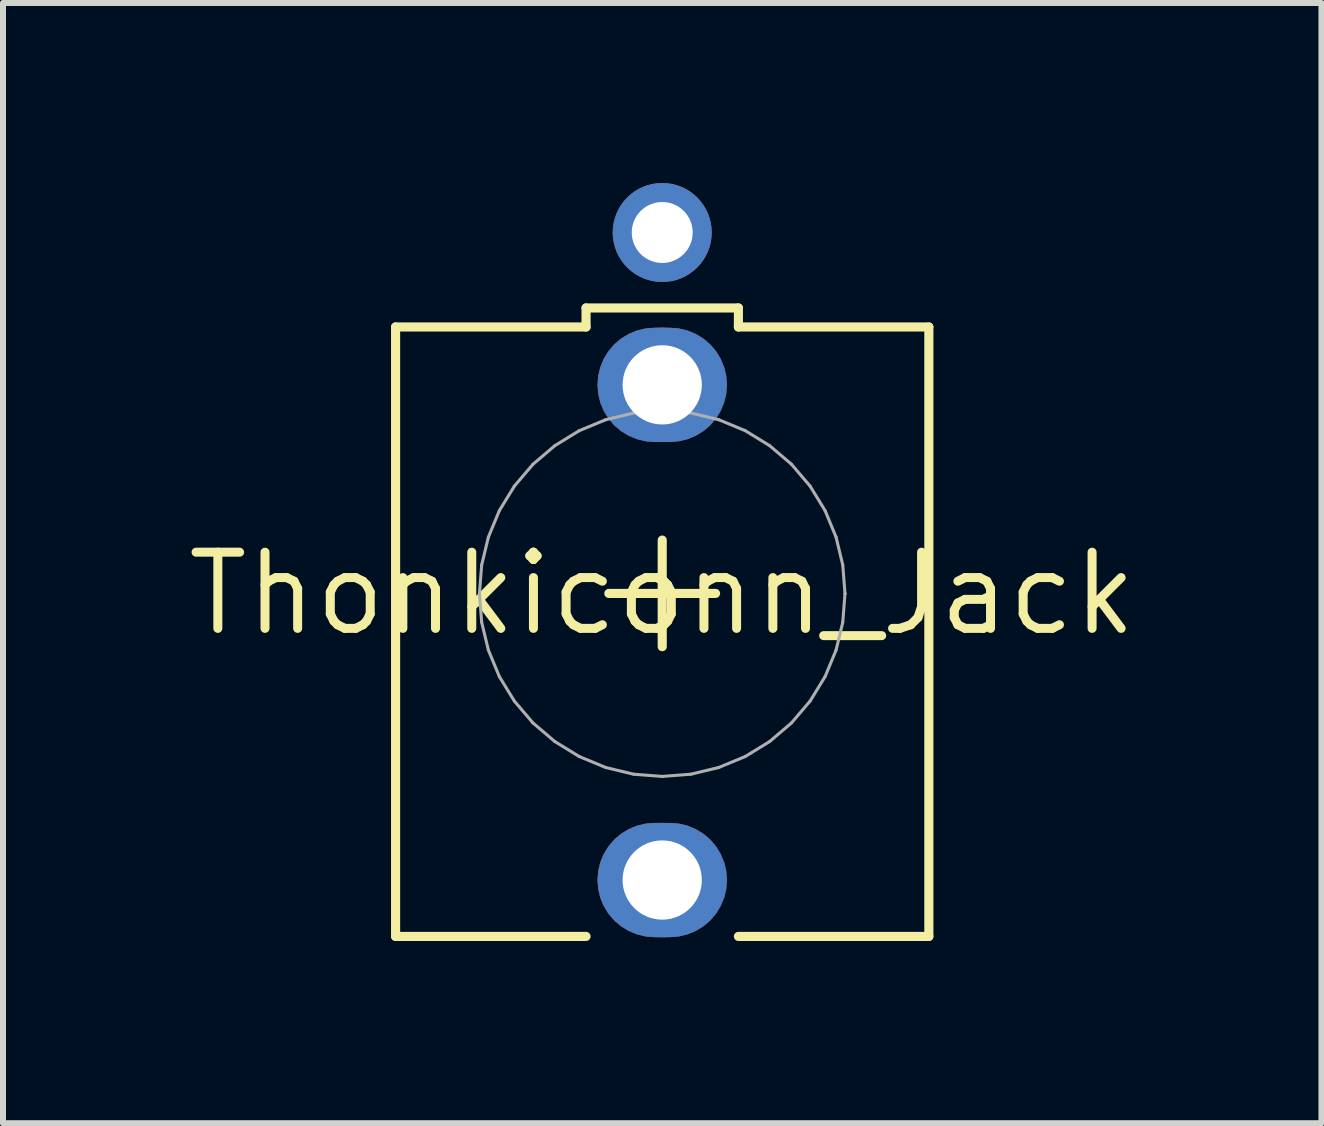
<source format=kicad_pcb>
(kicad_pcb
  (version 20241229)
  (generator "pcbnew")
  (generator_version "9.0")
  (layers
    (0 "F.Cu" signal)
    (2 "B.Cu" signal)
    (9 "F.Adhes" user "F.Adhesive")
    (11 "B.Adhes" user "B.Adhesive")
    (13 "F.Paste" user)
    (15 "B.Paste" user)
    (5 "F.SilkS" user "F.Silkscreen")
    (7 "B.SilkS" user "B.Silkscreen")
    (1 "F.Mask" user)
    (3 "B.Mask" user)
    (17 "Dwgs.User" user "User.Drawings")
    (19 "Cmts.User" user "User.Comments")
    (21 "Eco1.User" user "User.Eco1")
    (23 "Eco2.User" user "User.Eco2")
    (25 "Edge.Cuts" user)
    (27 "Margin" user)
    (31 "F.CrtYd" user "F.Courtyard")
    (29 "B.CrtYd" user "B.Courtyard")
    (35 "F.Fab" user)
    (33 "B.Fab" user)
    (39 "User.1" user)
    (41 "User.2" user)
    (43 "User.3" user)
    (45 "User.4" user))
  (footprint "Thonkiconn_Jack"
    (layer "F.Cu")
    (at 7.99 6.846)
    (property "Reference" "Thonkiconn_Jack" (at 0 0 0) (layer "F.SilkS") (effects (font (size 1.27 1.27) (thickness 0.15))))
    (fp_poly (pts (xy 0.276 -4.421) (xy 0.421 -4.386) (xy 0.559 -4.329) (xy 0.687 -4.251) (xy 0.801 -4.154) (xy 0.898 -4.04) (xy 0.976 -3.912) (xy 1.033 -3.774) (xy 1.068 -3.629) (xy 1.079 -3.48) (xy 1.068 -3.331) (xy 1.033 -3.186) (xy 0.976 -3.048) (xy 0.898 -2.92) (xy 0.801 -2.806) (xy 0.687 -2.709) (xy 0.559 -2.631) (xy 0.421 -2.574) (xy 0.276 -2.539) (xy 0.127 -2.527) (xy -0.127 -2.527) (xy -0.276 -2.539) (xy -0.421 -2.574) (xy -0.559 -2.631) (xy -0.687 -2.709) (xy -0.801 -2.806) (xy -0.898 -2.92) (xy -0.976 -3.048) (xy -1.033 -3.186) (xy -1.068 -3.331) (xy -1.079 -3.48) (xy -1.068 -3.629) (xy -1.033 -3.774) (xy -0.976 -3.912) (xy -0.898 -4.04) (xy -0.801 -4.154) (xy -0.687 -4.251) (xy -0.559 -4.329) (xy -0.421 -4.386) (xy -0.276 -4.421) (xy -0.127 -4.432) (xy 0.127 -4.432)) (stroke (width 0) (type default)) (fill yes) (layer "F.Cu"))
    (fp_poly (pts (xy 0.276 3.834) (xy 0.421 3.869) (xy 0.559 3.926) (xy 0.687 4.004) (xy 0.801 4.101) (xy 0.898 4.215) (xy 0.976 4.343) (xy 1.033 4.481) (xy 1.068 4.626) (xy 1.079 4.775) (xy 1.068 4.924) (xy 1.033 5.069) (xy 0.976 5.207) (xy 0.898 5.335) (xy 0.801 5.449) (xy 0.687 5.546) (xy 0.559 5.624) (xy 0.421 5.681) (xy 0.276 5.716) (xy 0.127 5.728) (xy -0.127 5.728) (xy -0.276 5.716) (xy -0.421 5.681) (xy -0.559 5.624) (xy -0.687 5.546) (xy -0.801 5.449) (xy -0.898 5.335) (xy -0.976 5.207) (xy -1.033 5.069) (xy -1.068 4.924) (xy -1.079 4.775) (xy -1.068 4.626) (xy -1.033 4.481) (xy -0.976 4.343) (xy -0.898 4.215) (xy -0.801 4.101) (xy -0.687 4.004) (xy -0.559 3.926) (xy -0.421 3.869) (xy -0.276 3.834) (xy -0.127 3.823) (xy 0.127 3.823)) (stroke (width 0) (type default)) (fill yes) (layer "F.Cu"))
    (fp_poly (pts (xy 0.292 -4.522) (xy 0.453 -4.483) (xy 0.606 -4.42) (xy 0.748 -4.334) (xy 0.873 -4.226) (xy 0.981 -4.1) (xy 1.067 -3.958) (xy 1.131 -3.806) (xy 1.169 -3.645) (xy 1.182 -3.48) (xy 1.169 -3.315) (xy 1.131 -3.154) (xy 1.067 -3.001) (xy 0.981 -2.859) (xy 0.873 -2.733) (xy 0.748 -2.626) (xy 0.606 -2.54) (xy 0.453 -2.476) (xy 0.292 -2.438) (xy 0.127 -2.425) (xy -0.127 -2.425) (xy -0.292 -2.438) (xy -0.453 -2.476) (xy -0.606 -2.54) (xy -0.748 -2.626) (xy -0.873 -2.733) (xy -0.981 -2.859) (xy -1.067 -3.001) (xy -1.131 -3.154) (xy -1.169 -3.315) (xy -1.182 -3.48) (xy -1.169 -3.645) (xy -1.131 -3.806) (xy -1.067 -3.958) (xy -0.981 -4.1) (xy -0.873 -4.226) (xy -0.748 -4.334) (xy -0.606 -4.42) (xy -0.453 -4.483) (xy -0.292 -4.522) (xy -0.127 -4.535) (xy 0.127 -4.535)) (stroke (width 0) (type default)) (fill yes) (layer "F.Mask"))
    (fp_poly (pts (xy 0.292 3.733) (xy 0.453 3.772) (xy 0.606 3.835) (xy 0.748 3.921) (xy 0.873 4.029) (xy 0.981 4.155) (xy 1.067 4.297) (xy 1.131 4.449) (xy 1.169 4.61) (xy 1.182 4.775) (xy 1.169 4.94) (xy 1.131 5.101) (xy 1.067 5.254) (xy 0.981 5.396) (xy 0.873 5.522) (xy 0.748 5.629) (xy 0.606 5.715) (xy 0.453 5.779) (xy 0.292 5.817) (xy 0.127 5.83) (xy -0.127 5.83) (xy -0.292 5.817) (xy -0.453 5.779) (xy -0.606 5.715) (xy -0.748 5.629) (xy -0.873 5.522) (xy -0.981 5.396) (xy -1.067 5.254) (xy -1.131 5.101) (xy -1.169 4.94) (xy -1.182 4.775) (xy -1.169 4.61) (xy -1.131 4.449) (xy -1.067 4.297) (xy -0.981 4.155) (xy -0.873 4.029) (xy -0.748 3.921) (xy -0.606 3.835) (xy -0.453 3.772) (xy -0.292 3.733) (xy -0.127 3.72) (xy 0.127 3.72)) (stroke (width 0) (type default)) (fill yes) (layer "F.Mask"))
    (fp_poly (pts (xy 0.276 -4.421) (xy 0.421 -4.386) (xy 0.559 -4.329) (xy 0.687 -4.251) (xy 0.801 -4.154) (xy 0.898 -4.04) (xy 0.976 -3.912) (xy 1.033 -3.774) (xy 1.068 -3.629) (xy 1.079 -3.48) (xy 1.068 -3.331) (xy 1.033 -3.186) (xy 0.976 -3.048) (xy 0.898 -2.92) (xy 0.801 -2.806) (xy 0.687 -2.709) (xy 0.559 -2.631) (xy 0.421 -2.574) (xy 0.276 -2.539) (xy 0.127 -2.527) (xy -0.127 -2.527) (xy -0.276 -2.539) (xy -0.421 -2.574) (xy -0.559 -2.631) (xy -0.687 -2.709) (xy -0.801 -2.806) (xy -0.898 -2.92) (xy -0.976 -3.048) (xy -1.033 -3.186) (xy -1.068 -3.331) (xy -1.079 -3.48) (xy -1.068 -3.629) (xy -1.033 -3.774) (xy -0.976 -3.912) (xy -0.898 -4.04) (xy -0.801 -4.154) (xy -0.687 -4.251) (xy -0.559 -4.329) (xy -0.421 -4.386) (xy -0.276 -4.421) (xy -0.127 -4.432) (xy 0.127 -4.432)) (stroke (width 0) (type default)) (fill yes) (layer "B.Cu"))
    (fp_poly (pts (xy 0.276 3.834) (xy 0.421 3.869) (xy 0.559 3.926) (xy 0.687 4.004) (xy 0.801 4.101) (xy 0.898 4.215) (xy 0.976 4.343) (xy 1.033 4.481) (xy 1.068 4.626) (xy 1.079 4.775) (xy 1.068 4.924) (xy 1.033 5.069) (xy 0.976 5.207) (xy 0.898 5.335) (xy 0.801 5.449) (xy 0.687 5.546) (xy 0.559 5.624) (xy 0.421 5.681) (xy 0.276 5.716) (xy 0.127 5.728) (xy -0.127 5.728) (xy -0.276 5.716) (xy -0.421 5.681) (xy -0.559 5.624) (xy -0.687 5.546) (xy -0.801 5.449) (xy -0.898 5.335) (xy -0.976 5.207) (xy -1.033 5.069) (xy -1.068 4.924) (xy -1.079 4.775) (xy -1.068 4.626) (xy -1.033 4.481) (xy -0.976 4.343) (xy -0.898 4.215) (xy -0.801 4.101) (xy -0.687 4.004) (xy -0.559 3.926) (xy -0.421 3.869) (xy -0.276 3.834) (xy -0.127 3.823) (xy 0.127 3.823)) (stroke (width 0) (type default)) (fill yes) (layer "B.Cu"))
    (fp_poly (pts (xy 0.292 -4.522) (xy 0.453 -4.483) (xy 0.606 -4.42) (xy 0.748 -4.334) (xy 0.873 -4.226) (xy 0.981 -4.1) (xy 1.067 -3.958) (xy 1.131 -3.806) (xy 1.169 -3.645) (xy 1.182 -3.48) (xy 1.169 -3.315) (xy 1.131 -3.154) (xy 1.067 -3.001) (xy 0.981 -2.859) (xy 0.873 -2.733) (xy 0.748 -2.626) (xy 0.606 -2.54) (xy 0.453 -2.476) (xy 0.292 -2.438) (xy 0.127 -2.425) (xy -0.127 -2.425) (xy -0.292 -2.438) (xy -0.453 -2.476) (xy -0.606 -2.54) (xy -0.748 -2.626) (xy -0.873 -2.733) (xy -0.981 -2.859) (xy -1.067 -3.001) (xy -1.131 -3.154) (xy -1.169 -3.315) (xy -1.182 -3.48) (xy -1.169 -3.645) (xy -1.131 -3.806) (xy -1.067 -3.958) (xy -0.981 -4.1) (xy -0.873 -4.226) (xy -0.748 -4.334) (xy -0.606 -4.42) (xy -0.453 -4.483) (xy -0.292 -4.522) (xy -0.127 -4.535) (xy 0.127 -4.535)) (stroke (width 0) (type default)) (fill yes) (layer "B.Mask"))
    (fp_poly (pts (xy 0.292 3.733) (xy 0.453 3.772) (xy 0.606 3.835) (xy 0.748 3.921) (xy 0.873 4.029) (xy 0.981 4.155) (xy 1.067 4.297) (xy 1.131 4.449) (xy 1.169 4.61) (xy 1.182 4.775) (xy 1.169 4.94) (xy 1.131 5.101) (xy 1.067 5.254) (xy 0.981 5.396) (xy 0.873 5.522) (xy 0.748 5.629) (xy 0.606 5.715) (xy 0.453 5.779) (xy 0.292 5.817) (xy 0.127 5.83) (xy -0.127 5.83) (xy -0.292 5.817) (xy -0.453 5.779) (xy -0.606 5.715) (xy -0.748 5.629) (xy -0.873 5.522) (xy -0.981 5.396) (xy -1.067 5.254) (xy -1.131 5.101) (xy -1.169 4.94) (xy -1.182 4.775) (xy -1.169 4.61) (xy -1.131 4.449) (xy -1.067 4.297) (xy -0.981 4.155) (xy -0.873 4.029) (xy -0.748 3.921) (xy -0.606 3.835) (xy -0.453 3.772) (xy -0.292 3.733) (xy -0.127 3.72) (xy 0.127 3.72)) (stroke (width 0) (type default)) (fill yes) (layer "B.Mask"))
    (fp_line (start -4.445 -4.445) (end -4.445 5.715) (stroke (width 0.152) (type solid)) (layer "F.SilkS"))
    (fp_line (start -1.27 -4.762) (end 1.27 -4.762) (stroke (width 0.152) (type solid)) (layer "F.SilkS"))
    (fp_line (start -1.27 -4.445) (end -4.445 -4.445) (stroke (width 0.152) (type solid)) (layer "F.SilkS"))
    (fp_line (start -1.27 -4.445) (end -1.27 -4.762) (stroke (width 0.152) (type solid)) (layer "F.SilkS"))
    (fp_line (start -1.27 5.715) (end -4.445 5.715) (stroke (width 0.152) (type solid)) (layer "F.SilkS"))
    (fp_line (start -0.89 -0.003) (end 0.889 -0.003) (stroke (width 0.152) (type solid)) (layer "F.SilkS"))
    (fp_line (start 0 0.885) (end 0 -0.892) (stroke (width 0.152) (type solid)) (layer "F.SilkS"))
    (fp_line (start 1.27 -4.762) (end 1.27 -4.445) (stroke (width 0.152) (type solid)) (layer "F.SilkS"))
    (fp_line (start 1.27 -4.445) (end 4.445 -4.445) (stroke (width 0.152) (type solid)) (layer "F.SilkS"))
    (fp_line (start 1.27 5.715) (end 4.445 5.715) (stroke (width 0.152) (type solid)) (layer "F.SilkS"))
    (fp_line (start 4.445 5.715) (end 4.445 -4.445) (stroke (width 0.152) (type solid)) (layer "F.SilkS"))
    (fp_line (start -3.047 -0.001) (end -3.047 0.001) (stroke (width 0.051) (type solid)) (layer "F.Fab"))
    (fp_line (start -3.047 0.001) (end -3.01 0.478) (stroke (width 0.051) (type solid)) (layer "F.Fab"))
    (fp_line (start -3.01 -0.477) (end -3.047 -0.001) (stroke (width 0.051) (type solid)) (layer "F.Fab"))
    (fp_line (start -3.01 0.478) (end -2.898 0.943) (stroke (width 0.051) (type solid)) (layer "F.Fab"))
    (fp_line (start -2.898 -0.942) (end -3.01 -0.477) (stroke (width 0.051) (type solid)) (layer "F.Fab"))
    (fp_line (start -2.898 0.943) (end -2.715 1.384) (stroke (width 0.051) (type solid)) (layer "F.Fab"))
    (fp_line (start -2.715 -1.384) (end -2.898 -0.942) (stroke (width 0.051) (type solid)) (layer "F.Fab"))
    (fp_line (start -2.715 1.384) (end -2.465 1.792) (stroke (width 0.051) (type solid)) (layer "F.Fab"))
    (fp_line (start -2.465 -1.792) (end -2.715 -1.384) (stroke (width 0.051) (type solid)) (layer "F.Fab"))
    (fp_line (start -2.465 1.792) (end -2.155 2.156) (stroke (width 0.051) (type solid)) (layer "F.Fab"))
    (fp_line (start -2.155 -2.156) (end -2.465 -1.792) (stroke (width 0.051) (type solid)) (layer "F.Fab"))
    (fp_line (start -2.155 2.156) (end -1.791 2.466) (stroke (width 0.051) (type solid)) (layer "F.Fab"))
    (fp_line (start -1.791 -2.466) (end -2.155 -2.156) (stroke (width 0.051) (type solid)) (layer "F.Fab"))
    (fp_line (start -1.791 2.466) (end -1.384 2.716) (stroke (width 0.051) (type solid)) (layer "F.Fab"))
    (fp_line (start -1.384 -2.716) (end -1.791 -2.466) (stroke (width 0.051) (type solid)) (layer "F.Fab"))
    (fp_line (start -1.384 2.716) (end -0.942 2.899) (stroke (width 0.051) (type solid)) (layer "F.Fab"))
    (fp_line (start -0.942 -2.899) (end -1.384 -2.716) (stroke (width 0.051) (type solid)) (layer "F.Fab"))
    (fp_line (start -0.942 2.899) (end -0.477 3.011) (stroke (width 0.051) (type solid)) (layer "F.Fab"))
    (fp_line (start -0.477 -3.011) (end -0.942 -2.899) (stroke (width 0.051) (type solid)) (layer "F.Fab"))
    (fp_line (start -0.477 3.011) (end 0 3.048) (stroke (width 0.051) (type solid)) (layer "F.Fab"))
    (fp_line (start 0 -3.048) (end -0.477 -3.011) (stroke (width 0.051) (type solid)) (layer "F.Fab"))
    (fp_line (start 0 3.048) (end 0.477 3.011) (stroke (width 0.051) (type solid)) (layer "F.Fab"))
    (fp_line (start 0.477 -3.011) (end 0 -3.048) (stroke (width 0.051) (type solid)) (layer "F.Fab"))
    (fp_line (start 0.477 3.011) (end 0.942 2.899) (stroke (width 0.051) (type solid)) (layer "F.Fab"))
    (fp_line (start 0.942 -2.899) (end 0.477 -3.011) (stroke (width 0.051) (type solid)) (layer "F.Fab"))
    (fp_line (start 0.942 2.899) (end 1.384 2.716) (stroke (width 0.051) (type solid)) (layer "F.Fab"))
    (fp_line (start 1.384 -2.716) (end 0.942 -2.899) (stroke (width 0.051) (type solid)) (layer "F.Fab"))
    (fp_line (start 1.384 2.716) (end 1.791 2.466) (stroke (width 0.051) (type solid)) (layer "F.Fab"))
    (fp_line (start 1.791 -2.466) (end 1.384 -2.716) (stroke (width 0.051) (type solid)) (layer "F.Fab"))
    (fp_line (start 1.791 2.466) (end 2.155 2.156) (stroke (width 0.051) (type solid)) (layer "F.Fab"))
    (fp_line (start 2.155 -2.156) (end 1.791 -2.466) (stroke (width 0.051) (type solid)) (layer "F.Fab"))
    (fp_line (start 2.155 2.156) (end 2.465 1.792) (stroke (width 0.051) (type solid)) (layer "F.Fab"))
    (fp_line (start 2.465 -1.792) (end 2.155 -2.156) (stroke (width 0.051) (type solid)) (layer "F.Fab"))
    (fp_line (start 2.465 1.792) (end 2.715 1.384) (stroke (width 0.051) (type solid)) (layer "F.Fab"))
    (fp_line (start 2.715 -1.384) (end 2.465 -1.792) (stroke (width 0.051) (type solid)) (layer "F.Fab"))
    (fp_line (start 2.715 1.384) (end 2.898 0.943) (stroke (width 0.051) (type solid)) (layer "F.Fab"))
    (fp_line (start 2.898 -0.942) (end 2.715 -1.384) (stroke (width 0.051) (type solid)) (layer "F.Fab"))
    (fp_line (start 2.898 0.943) (end 3.01 0.478) (stroke (width 0.051) (type solid)) (layer "F.Fab"))
    (fp_line (start 3.01 -0.477) (end 2.898 -0.942) (stroke (width 0.051) (type solid)) (layer "F.Fab"))
    (fp_line (start 3.01 0.478) (end 3.047 0.001) (stroke (width 0.051) (type solid)) (layer "F.Fab"))
    (fp_line (start 3.047 -0.001) (end 3.01 -0.477) (stroke (width 0.051) (type solid)) (layer "F.Fab"))
    (fp_line (start 3.047 0.001) (end 3.047 -0.001) (stroke (width 0.051) (type solid)) (layer "F.Fab"))
    (pad "1" thru_hole circle (at 0 -3.48) (size 1.905 1.905) (drill 1.321) (layers "*.Cu"))
    (pad "2" thru_hole circle (at 0 4.775) (size 1.905 1.905) (drill 1.321) (layers "*.Cu"))
    (pad "3" thru_hole circle (at 0 -6.02) (size 1.651 1.651) (drill 1.016) (layers "*.Cu" "*.Mask"))
    (zone (net_name "") (layer "F.Cu") (hatch edge 0.5) (connect_pads) (min_thickness 0.25) (filled_areas_thickness no) (keepout (tracks not_allowed) (vias not_allowed) (pads not_allowed) (copperpour not_allowed) (footprints allowed)) (placement (enabled no)) (fill) (polygon (pts (xy 9.232 6.845) (xy 9.212 6.623) (xy 9.153 6.408) (xy 9.056 6.207) (xy 8.925 6.027) (xy 8.765 5.873) (xy 8.579 5.751) (xy 8.374 5.663) (xy 8.157 5.614) (xy 7.934 5.604) (xy 7.714 5.634) (xy 7.502 5.702) (xy 7.306 5.808) (xy 7.132 5.947) (xy 6.985 6.114) (xy 6.871 6.306) (xy 6.793 6.514) (xy 6.753 6.733) (xy 6.753 6.956) (xy 6.793 7.175) (xy 6.871 7.383) (xy 6.985 7.575) (xy 7.132 7.742) (xy 7.306 7.881) (xy 7.502 7.987) (xy 7.714 8.055) (xy 7.934 8.085) (xy 8.157 8.075) (xy 8.374 8.026) (xy 8.579 7.938) (xy 8.765 7.816) (xy 8.925 7.662) (xy 9.056 7.482) (xy 9.153 7.281) (xy 9.212 7.066))) (polygon (pts (xy 8.982 6.845) (xy 8.962 6.645) (xy 8.902 6.453) (xy 8.804 6.278) (xy 8.674 6.126) (xy 8.515 6.003) (xy 8.335 5.914) (xy 8.14 5.864) (xy 7.94 5.854) (xy 7.741 5.884) (xy 7.553 5.954) (xy 7.383 6.06) (xy 7.237 6.198) (xy 7.123 6.363) (xy 7.044 6.548) (xy 7.003 6.744) (xy 7.003 6.945) (xy 7.044 7.141) (xy 7.123 7.326) (xy 7.237 7.491) (xy 7.383 7.629) (xy 7.553 7.735) (xy 7.741 7.805) (xy 7.94 7.835) (xy 8.14 7.825) (xy 8.335 7.775) (xy 8.515 7.686) (xy 8.674 7.563) (xy 8.804 7.411) (xy 8.902 7.236) (xy 8.962 7.044)))))
  (gr_rect
    (start -3 -3)
    (end 18.98 15.675)
    (stroke (width 0.1) (type default))
    (fill no)
    (layer "Edge.Cuts")))
</source>
